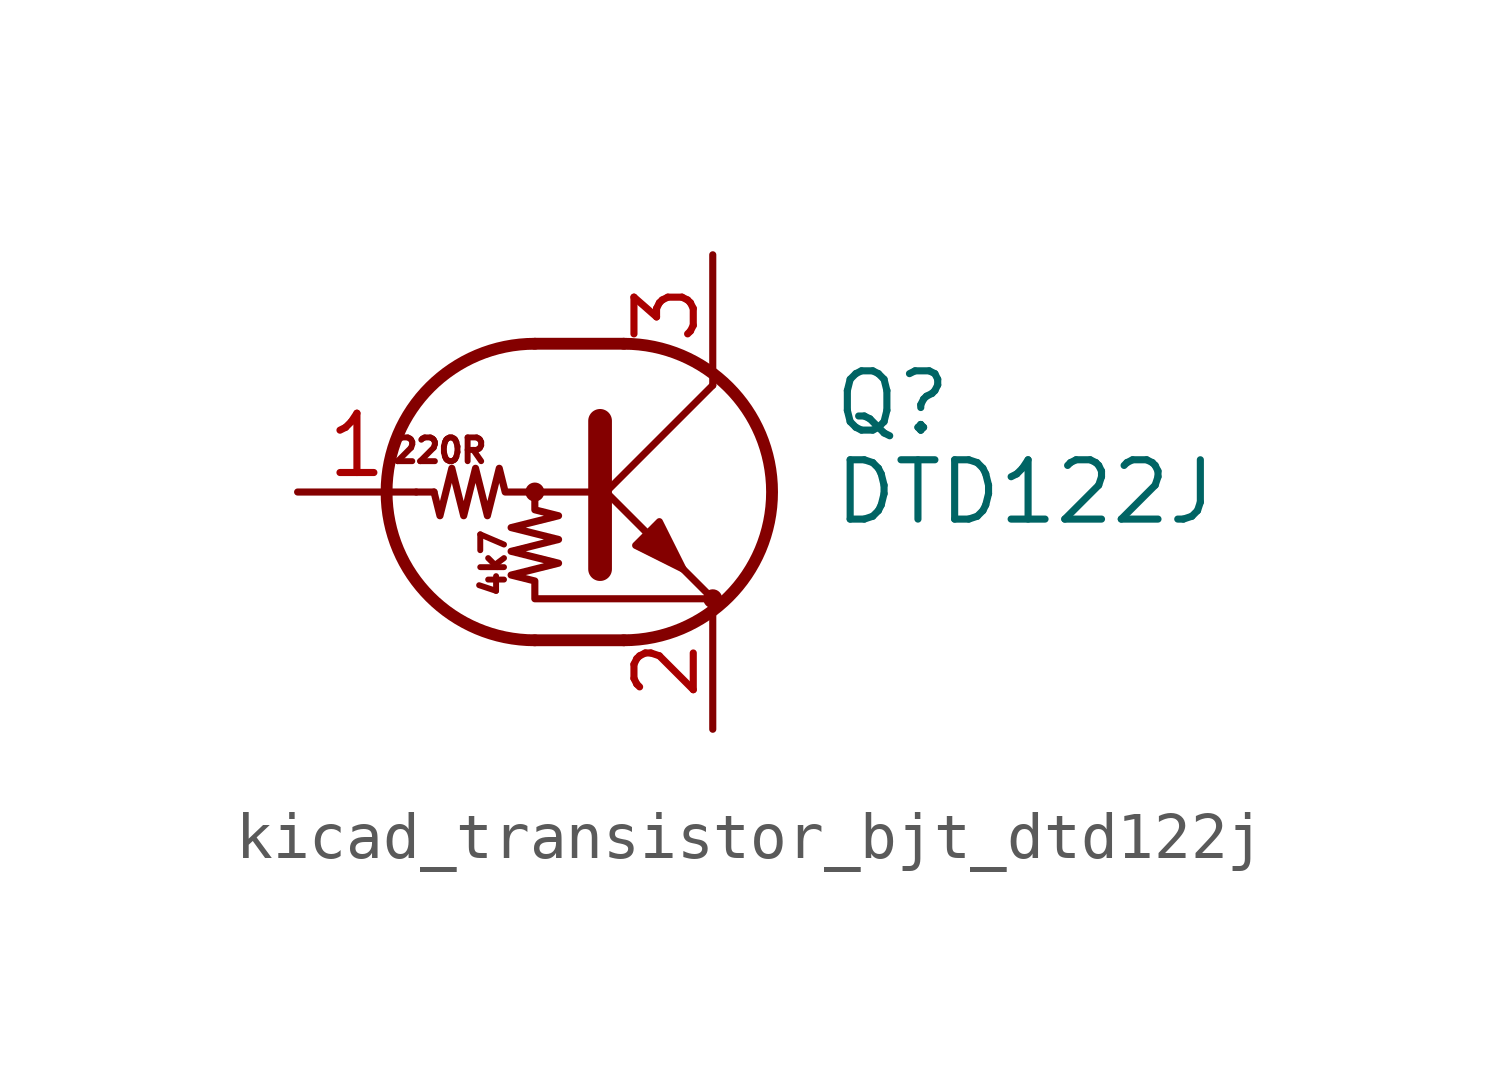
<source format=kicad_sym>
(kicad_symbol_lib
  (version 20220914)
  (generator kicad_symbol_editor)
  (symbol "kicad_transistor_bjt_dtd122j"
    (pin_names
      (offset 0) hide)
    (property "Reference" "Q"
      (at 5.08 1.905 0)
      (effects (font (size 1.27 1.27)) (justify left)))
    (property "Value" "DTD122J"
      (at 5.08 0 0)
      (effects (font (size 1.27 1.27)) (justify left)))
    (symbol "kicad_transistor_bjt_dtd122j_0_0"
      (text "220R" (at -3.302 0.889 0) (effects (font (size 0.508 0.508))))
      (text "4k7" (at -2.159 -1.524 900) (effects (font (size 0.508 0.508)))))
    (symbol "kicad_transistor_bjt_dtd122j_0_1"
      (circle (center -1.27 0) (radius 0.127) (stroke (width 0) (type default)) (fill (type none)))
      (arc (start -1.27 3.175) (mid -4.4312 0) (end -1.27 -3.175) (stroke (width 0.254) (type default)) (fill (type none)))
      (polyline (pts (xy -3.429 0) (xy -3.81 0)) (stroke (width 0) (type default)) (fill (type none)))
      (polyline (pts (xy -1.27 -3.175) (xy 0.635 -3.175)) (stroke (width 0.254) (type default)) (fill (type none)))
      (polyline (pts (xy -1.27 3.175) (xy 0.635 3.175)) (stroke (width 0.254) (type default)) (fill (type none)))
      (polyline (pts (xy 0 -0.254) (xy 2.54 2.286)) (stroke (width 0) (type default)) (fill (type none)))
      (polyline (pts (xy 0.127 1.524) (xy 0.127 -1.651)) (stroke (width 0.508) (type default)) (fill (type outline)))
      (polyline (pts (xy 2.54 2.286) (xy 2.54 2.54)) (stroke (width 0) (type default)) (fill (type none)))
      (polyline (pts (xy 2.54 -2.286) (xy 0 0.254) (xy 0 0.254)) (stroke (width 0) (type default)) (fill (type none)))
      (polyline (pts (xy 0.889 -1.143) (xy 1.397 -0.635) (xy 1.905 -1.651) (xy 0.889 -1.143)) (stroke (width 0) (type default)) (fill (type outline)))
      (polyline (pts (xy 0 0) (xy -1.905 0) (xy -2.032 0.508) (xy -2.286 -0.508) (xy -2.54 0.508) (xy -2.794 -0.508) (xy -3.048 0.508) (xy -3.302 -0.508) (xy -3.429 0)) (stroke (width 0) (type default)) (fill (type none)))
      (polyline (pts (xy -1.27 0) (xy -1.27 -0.381) (xy -0.762 -0.508) (xy -1.778 -0.762) (xy -0.762 -1.016) (xy -1.778 -1.27) (xy -0.762 -1.524) (xy -1.778 -1.778) (xy -1.27 -1.905) (xy -1.27 -2.286) (xy 2.54 -2.286)) (stroke (width 0) (type default)) (fill (type none)))
      (arc (start 0.635 -3.175) (mid 3.7962 0) (end 0.635 3.175) (stroke (width 0.254) (type default)) (fill (type none)))
      (circle (center 2.54 -2.286) (radius 0.127) (stroke (width 0) (type default)) (fill (type none))))
    (symbol "kicad_transistor_bjt_dtd122j_1_1"
      (pin input line (at -6.35 0 0) (length 2.54) (name "B" (effects (font (size 1.27 1.27)))) (number "1" (effects (font (size 1.27 1.27)))))
      (pin passive line (at 2.54 -5.08 90) (length 2.54) (name "E" (effects (font (size 1.27 1.27)))) (number "2" (effects (font (size 1.27 1.27)))))
      (pin passive line (at 2.54 5.08 270) (length 2.54) (name "C" (effects (font (size 1.27 1.27)))) (number "3" (effects (font (size 1.27 1.27))))))))
</source>
